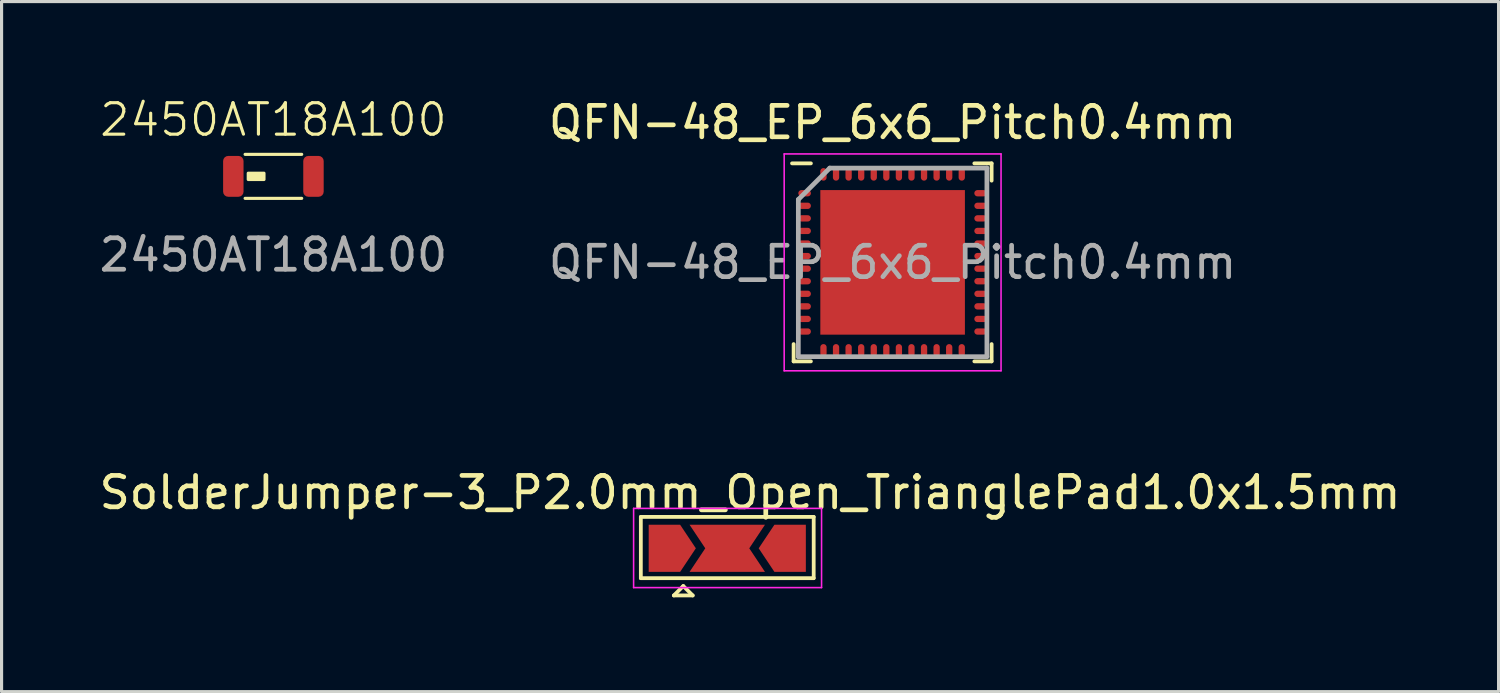
<source format=kicad_pcb>
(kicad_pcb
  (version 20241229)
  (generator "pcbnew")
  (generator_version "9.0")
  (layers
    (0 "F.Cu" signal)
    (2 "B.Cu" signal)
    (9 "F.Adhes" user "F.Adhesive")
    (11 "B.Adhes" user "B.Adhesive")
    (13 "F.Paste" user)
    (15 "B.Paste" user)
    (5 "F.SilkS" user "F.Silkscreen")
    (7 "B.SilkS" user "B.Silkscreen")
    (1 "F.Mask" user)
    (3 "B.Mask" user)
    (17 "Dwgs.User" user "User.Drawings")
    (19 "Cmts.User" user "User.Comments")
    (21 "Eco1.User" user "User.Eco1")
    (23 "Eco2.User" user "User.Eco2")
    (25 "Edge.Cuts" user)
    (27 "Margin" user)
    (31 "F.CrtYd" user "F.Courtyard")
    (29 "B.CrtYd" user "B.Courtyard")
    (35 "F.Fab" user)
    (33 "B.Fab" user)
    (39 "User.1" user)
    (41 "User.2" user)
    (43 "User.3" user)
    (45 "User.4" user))
  (footprint "QFN-48_EP_6x6_Pitch0.4mm"
    (layer "F.Cu")
    (at 25.351 5.298)
    (property "Reference" "QFN-48_EP_6x6_Pitch0.4mm" (at 0 -4.45 0) (layer "F.SilkS") (effects (font (size 1 1) (thickness 0.15))))
    (attr smd)
    (fp_line (start -3.15 3.15) (end -3.15 2.6) (stroke (width 0.12) (type default)) (layer "F.SilkS"))
    (fp_line (start -2.6 -3.15) (end -3.2 -3.15) (stroke (width 0.12) (type default)) (layer "F.SilkS"))
    (fp_line (start -2.6 3.15) (end -3.15 3.15) (stroke (width 0.12) (type default)) (layer "F.SilkS"))
    (fp_line (start 2.6 -3.15) (end 3.15 -3.15) (stroke (width 0.12) (type default)) (layer "F.SilkS"))
    (fp_line (start 2.6 3.15) (end 3.15 3.15) (stroke (width 0.12) (type default)) (layer "F.SilkS"))
    (fp_line (start 3.15 -3.15) (end 3.15 -2.6) (stroke (width 0.12) (type default)) (layer "F.SilkS"))
    (fp_line (start 3.15 3.15) (end 3.15 2.6) (stroke (width 0.12) (type default)) (layer "F.SilkS"))
    (fp_line (start -3.45 -3.45) (end 3.45 -3.45) (stroke (width 0.05) (type default)) (layer "F.CrtYd"))
    (fp_line (start -3.45 3.45) (end -3.45 -3.45) (stroke (width 0.05) (type default)) (layer "F.CrtYd"))
    (fp_line (start 3.45 -3.45) (end 3.45 3.45) (stroke (width 0.05) (type default)) (layer "F.CrtYd"))
    (fp_line (start 3.45 3.45) (end -3.45 3.45) (stroke (width 0.05) (type default)) (layer "F.CrtYd"))
    (fp_line (start -3 -2) (end -3 3) (stroke (width 0.15) (type default)) (layer "F.Fab"))
    (fp_line (start -3 3) (end 3 3) (stroke (width 0.15) (type default)) (layer "F.Fab"))
    (fp_line (start -2 -3) (end -3 -2) (stroke (width 0.15) (type default)) (layer "F.Fab"))
    (fp_line (start 3 -3) (end -2 -3) (stroke (width 0.15) (type default)) (layer "F.Fab"))
    (fp_line (start 3 3) (end 3 -3) (stroke (width 0.15) (type default)) (layer "F.Fab"))
    (fp_text user "${REFERENCE}" (at 0 0 0) (layer "F.Fab") (effects (font (size 1 1) (thickness 0.15))))
    (pad "" smd rect (at -1.725 -1.725) (size 0.4 0.4) (layers "F.Paste"))
    (pad "" smd rect (at -1.725 -0.575) (size 0.4 0.4) (layers "F.Paste"))
    (pad "" smd rect (at -1.725 0.575) (size 0.4 0.4) (layers "F.Paste"))
    (pad "" smd rect (at -1.725 1.725) (size 0.4 0.4) (layers "F.Paste"))
    (pad "" smd rect (at -0.575 -1.725) (size 0.4 0.4) (layers "F.Paste"))
    (pad "" smd rect (at -0.575 -0.575) (size 0.4 0.4) (layers "F.Paste"))
    (pad "" smd rect (at -0.575 0.575) (size 0.4 0.4) (layers "F.Paste"))
    (pad "" smd rect (at -0.575 1.725) (size 0.4 0.4) (layers "F.Paste"))
    (pad "" smd rect (at 0.575 -1.725) (size 0.4 0.4) (layers "F.Paste"))
    (pad "" smd rect (at 0.575 -0.575) (size 0.4 0.4) (layers "F.Paste"))
    (pad "" smd rect (at 0.575 0.575) (size 0.4 0.4) (layers "F.Paste"))
    (pad "" smd rect (at 0.575 1.725) (size 0.4 0.4) (layers "F.Paste"))
    (pad "" smd rect (at 1.725 -1.725) (size 0.4 0.4) (layers "F.Paste"))
    (pad "" smd rect (at 1.725 -0.575) (size 0.4 0.4) (layers "F.Paste"))
    (pad "" smd rect (at 1.725 0.575) (size 0.4 0.4) (layers "F.Paste"))
    (pad "" smd rect (at 1.725 1.725) (size 0.4 0.4) (layers "F.Paste"))
    (pad "1" smd oval (at -2.8 -2.2 90) (size 0.2 0.4) (layers "F.Cu" "F.Mask" "F.Paste"))
    (pad "2" smd oval (at -2.8 -1.8 90) (size 0.2 0.4) (layers "F.Cu" "F.Mask" "F.Paste"))
    (pad "3" smd oval (at -2.8 -1.4 90) (size 0.2 0.4) (layers "F.Cu" "F.Mask" "F.Paste"))
    (pad "4" smd oval (at -2.8 -1 90) (size 0.2 0.4) (layers "F.Cu" "F.Mask" "F.Paste"))
    (pad "5" smd oval (at -2.8 -0.6 90) (size 0.2 0.4) (layers "F.Cu" "F.Mask" "F.Paste"))
    (pad "6" smd oval (at -2.8 -0.2 90) (size 0.2 0.4) (layers "F.Cu" "F.Mask" "F.Paste"))
    (pad "7" smd oval (at -2.8 0.2 90) (size 0.2 0.4) (layers "F.Cu" "F.Mask" "F.Paste"))
    (pad "8" smd oval (at -2.8 0.6 90) (size 0.2 0.4) (layers "F.Cu" "F.Mask" "F.Paste"))
    (pad "9" smd oval (at -2.8 1 90) (size 0.2 0.4) (layers "F.Cu" "F.Mask" "F.Paste"))
    (pad "10" smd oval (at -2.8 1.4 90) (size 0.2 0.4) (layers "F.Cu" "F.Mask" "F.Paste"))
    (pad "11" smd oval (at -2.8 1.8 90) (size 0.2 0.4) (layers "F.Cu" "F.Mask" "F.Paste"))
    (pad "12" smd oval (at -2.8 2.2 90) (size 0.2 0.4) (layers "F.Cu" "F.Mask" "F.Paste"))
    (pad "13" smd oval (at -2.2 2.8) (size 0.2 0.4) (layers "F.Cu" "F.Mask" "F.Paste"))
    (pad "14" smd oval (at -1.8 2.8) (size 0.2 0.4) (layers "F.Cu" "F.Mask" "F.Paste"))
    (pad "15" smd oval (at -1.4 2.8) (size 0.2 0.4) (layers "F.Cu" "F.Mask" "F.Paste"))
    (pad "16" smd oval (at -1 2.8) (size 0.2 0.4) (layers "F.Cu" "F.Mask" "F.Paste"))
    (pad "17" smd oval (at -0.6 2.8) (size 0.2 0.4) (layers "F.Cu" "F.Mask" "F.Paste"))
    (pad "18" smd oval (at -0.2 2.8) (size 0.2 0.4) (layers "F.Cu" "F.Mask" "F.Paste"))
    (pad "19" smd oval (at 0.2 2.8) (size 0.2 0.4) (layers "F.Cu" "F.Mask" "F.Paste"))
    (pad "20" smd oval (at 0.6 2.8) (size 0.2 0.4) (layers "F.Cu" "F.Mask" "F.Paste"))
    (pad "21" smd oval (at 1 2.8) (size 0.2 0.4) (layers "F.Cu" "F.Mask" "F.Paste"))
    (pad "22" smd oval (at 1.4 2.8) (size 0.2 0.4) (layers "F.Cu" "F.Mask" "F.Paste"))
    (pad "23" smd oval (at 1.8 2.8) (size 0.2 0.4) (layers "F.Cu" "F.Mask" "F.Paste"))
    (pad "24" smd oval (at 2.2 2.8) (size 0.2 0.4) (layers "F.Cu" "F.Mask" "F.Paste"))
    (pad "25" smd oval (at 2.8 2.2 90) (size 0.2 0.4) (layers "F.Cu" "F.Mask" "F.Paste"))
    (pad "26" smd oval (at 2.8 1.8 90) (size 0.2 0.4) (layers "F.Cu" "F.Mask" "F.Paste"))
    (pad "27" smd oval (at 2.8 1.4 90) (size 0.2 0.4) (layers "F.Cu" "F.Mask" "F.Paste"))
    (pad "28" smd oval (at 2.8 1 90) (size 0.2 0.4) (layers "F.Cu" "F.Mask" "F.Paste"))
    (pad "29" smd oval (at 2.8 0.6 90) (size 0.2 0.4) (layers "F.Cu" "F.Mask" "F.Paste"))
    (pad "30" smd oval (at 2.8 0.2 90) (size 0.2 0.4) (layers "F.Cu" "F.Mask" "F.Paste"))
    (pad "31" smd oval (at 2.8 -0.2 90) (size 0.2 0.4) (layers "F.Cu" "F.Mask" "F.Paste"))
    (pad "32" smd oval (at 2.8 -0.6 90) (size 0.2 0.4) (layers "F.Cu" "F.Mask" "F.Paste"))
    (pad "33" smd oval (at 2.8 -1 90) (size 0.2 0.4) (layers "F.Cu" "F.Mask" "F.Paste"))
    (pad "34" smd oval (at 2.8 -1.4 90) (size 0.2 0.4) (layers "F.Cu" "F.Mask" "F.Paste"))
    (pad "35" smd oval (at 2.8 -1.8 90) (size 0.2 0.4) (layers "F.Cu" "F.Mask" "F.Paste"))
    (pad "36" smd oval (at 2.8 -2.2 90) (size 0.2 0.4) (layers "F.Cu" "F.Mask" "F.Paste"))
    (pad "37" smd oval (at 2.2 -2.8) (size 0.2 0.4) (layers "F.Cu" "F.Mask" "F.Paste"))
    (pad "38" smd oval (at 1.8 -2.8) (size 0.2 0.4) (layers "F.Cu" "F.Mask" "F.Paste"))
    (pad "39" smd oval (at 1.4 -2.8) (size 0.2 0.4) (layers "F.Cu" "F.Mask" "F.Paste"))
    (pad "40" smd oval (at 1 -2.8) (size 0.2 0.4) (layers "F.Cu" "F.Mask" "F.Paste"))
    (pad "41" smd oval (at 0.6 -2.8) (size 0.2 0.4) (layers "F.Cu" "F.Mask" "F.Paste"))
    (pad "42" smd oval (at 0.2 -2.8) (size 0.2 0.4) (layers "F.Cu" "F.Mask" "F.Paste"))
    (pad "43" smd oval (at -0.2 -2.8) (size 0.2 0.4) (layers "F.Cu" "F.Mask" "F.Paste"))
    (pad "44" smd oval (at -0.6 -2.8) (size 0.2 0.4) (layers "F.Cu" "F.Mask" "F.Paste"))
    (pad "45" smd oval (at -1 -2.8) (size 0.2 0.4) (layers "F.Cu" "F.Mask" "F.Paste"))
    (pad "46" smd oval (at -1.4 -2.8) (size 0.2 0.4) (layers "F.Cu" "F.Mask" "F.Paste"))
    (pad "47" smd oval (at -1.8 -2.8) (size 0.2 0.4) (layers "F.Cu" "F.Mask" "F.Paste"))
    (pad "48" smd oval (at -2.2 -2.8) (size 0.2 0.4) (layers "F.Cu" "F.Mask" "F.Paste"))
    (pad "49" smd rect (at 0 0) (size 4.6 4.6) (layers "F.Cu" "F.Mask")))
  (footprint "2450AT18A100"
    (layer "F.Cu")
    (at 5.649 2.561)
    (property "Reference" "2450AT18A100" (at 0 -1.8 0) (unlocked yes) (layer "F.SilkS") (effects (font (size 1 1) (thickness 0.1))))
    (attr smd)
    (fp_line (start -0.9 -0.7) (end 0.9 -0.7) (stroke (width 0.1) (type default)) (layer "F.SilkS"))
    (fp_line (start -0.9 0.7) (end 0.9 0.7) (stroke (width 0.1) (type default)) (layer "F.SilkS"))
    (fp_rect (start -0.8 -0.1) (end -0.3 0.1) (stroke (width 0.1) (type solid)) (fill yes) (layer "F.SilkS"))
    (fp_text user "${REFERENCE}" (at 0 2.5 0) (unlocked yes) (layer "F.Fab") (effects (font (size 1 1) (thickness 0.15))))
    (pad "1" smd roundrect (at -1.275 0) (size 0.65 1.3) (layers "F.Cu" "F.Mask" "F.Paste") (roundrect_rratio 0.25))
    (pad "2" smd roundrect (at 1.275 0) (size 0.65 1.3) (layers "F.Cu" "F.Mask" "F.Paste") (roundrect_rratio 0.25)))
  (footprint "SolderJumper-3_P2.0mm_Open_TrianglePad1.0x1.5mm"
    (layer "F.Cu")
    (at 20.09 14.396)
    (property "Reference" "SolderJumper-3_P2.0mm_Open_TrianglePad1.0x1.5mm" (at 0.725 -1.775 0) (layer "F.SilkS") (effects (font (size 1 1) (thickness 0.15))))
    (attr exclude_from_pos_files exclude_from_bom)
    (fp_line (start -2.75 -1) (end 2.75 -1) (stroke (width 0.12) (type solid)) (layer "F.SilkS"))
    (fp_line (start -2.75 0.95) (end -2.75 -1) (stroke (width 0.12) (type solid)) (layer "F.SilkS"))
    (fp_line (start -1.7 1.5) (end -1.1 1.5) (stroke (width 0.12) (type solid)) (layer "F.SilkS"))
    (fp_line (start -1.4 1.2) (end -1.7 1.5) (stroke (width 0.12) (type solid)) (layer "F.SilkS"))
    (fp_line (start -1.1 1.5) (end -1.4 1.2) (stroke (width 0.12) (type solid)) (layer "F.SilkS"))
    (fp_line (start 2.75 -1) (end 2.75 0.95) (stroke (width 0.12) (type solid)) (layer "F.SilkS"))
    (fp_line (start 2.75 0.95) (end -2.75 0.95) (stroke (width 0.12) (type solid)) (layer "F.SilkS"))
    (fp_line (start -2.98 -1.27) (end -2.98 1.25) (stroke (width 0.05) (type solid)) (layer "F.CrtYd"))
    (fp_line (start -2.98 -1.27) (end 3 -1.27) (stroke (width 0.05) (type solid)) (layer "F.CrtYd"))
    (fp_line (start 3 1.25) (end -2.98 1.25) (stroke (width 0.05) (type solid)) (layer "F.CrtYd"))
    (fp_line (start 3 1.25) (end 3 -1.27) (stroke (width 0.05) (type solid)) (layer "F.CrtYd"))
    (pad "1" smd custom (at -2 0) (size 0.3 0.3) (layers "F.Cu" "F.Mask") (options (anchor rect)) (primitives (gr_poly (pts (xy 1 0) (xy 0.5 0.75) (xy -0.5 0.75) (xy -0.5 -0.75) (xy 0.5 -0.75)) (width 0) (fill yes))))
    (pad "2" smd custom (at 0 0) (size 0.3 0.3) (layers "F.Cu" "F.Mask") (options (anchor rect)) (primitives (gr_poly (pts (xy 0.7 0) (xy 1.2 0.75) (xy -1.2 0.75) (xy -0.7 0) (xy -1.2 -0.75) (xy 1.2 -0.75)) (width 0) (fill yes))))
    (pad "3" smd custom (at 2 0 180) (size 0.3 0.3) (layers "F.Cu" "F.Mask") (options (anchor rect)) (primitives (gr_poly (pts (xy 1 0) (xy 0.5 0.75) (xy -0.5 0.75) (xy -0.5 -0.75) (xy 0.5 -0.75)) (width 0) (fill yes)))))
  (gr_rect
    (start -3 -3)
    (end 44.631 18.956)
    (stroke (width 0.1) (type default))
    (fill no)
    (layer "Edge.Cuts")))
</source>
